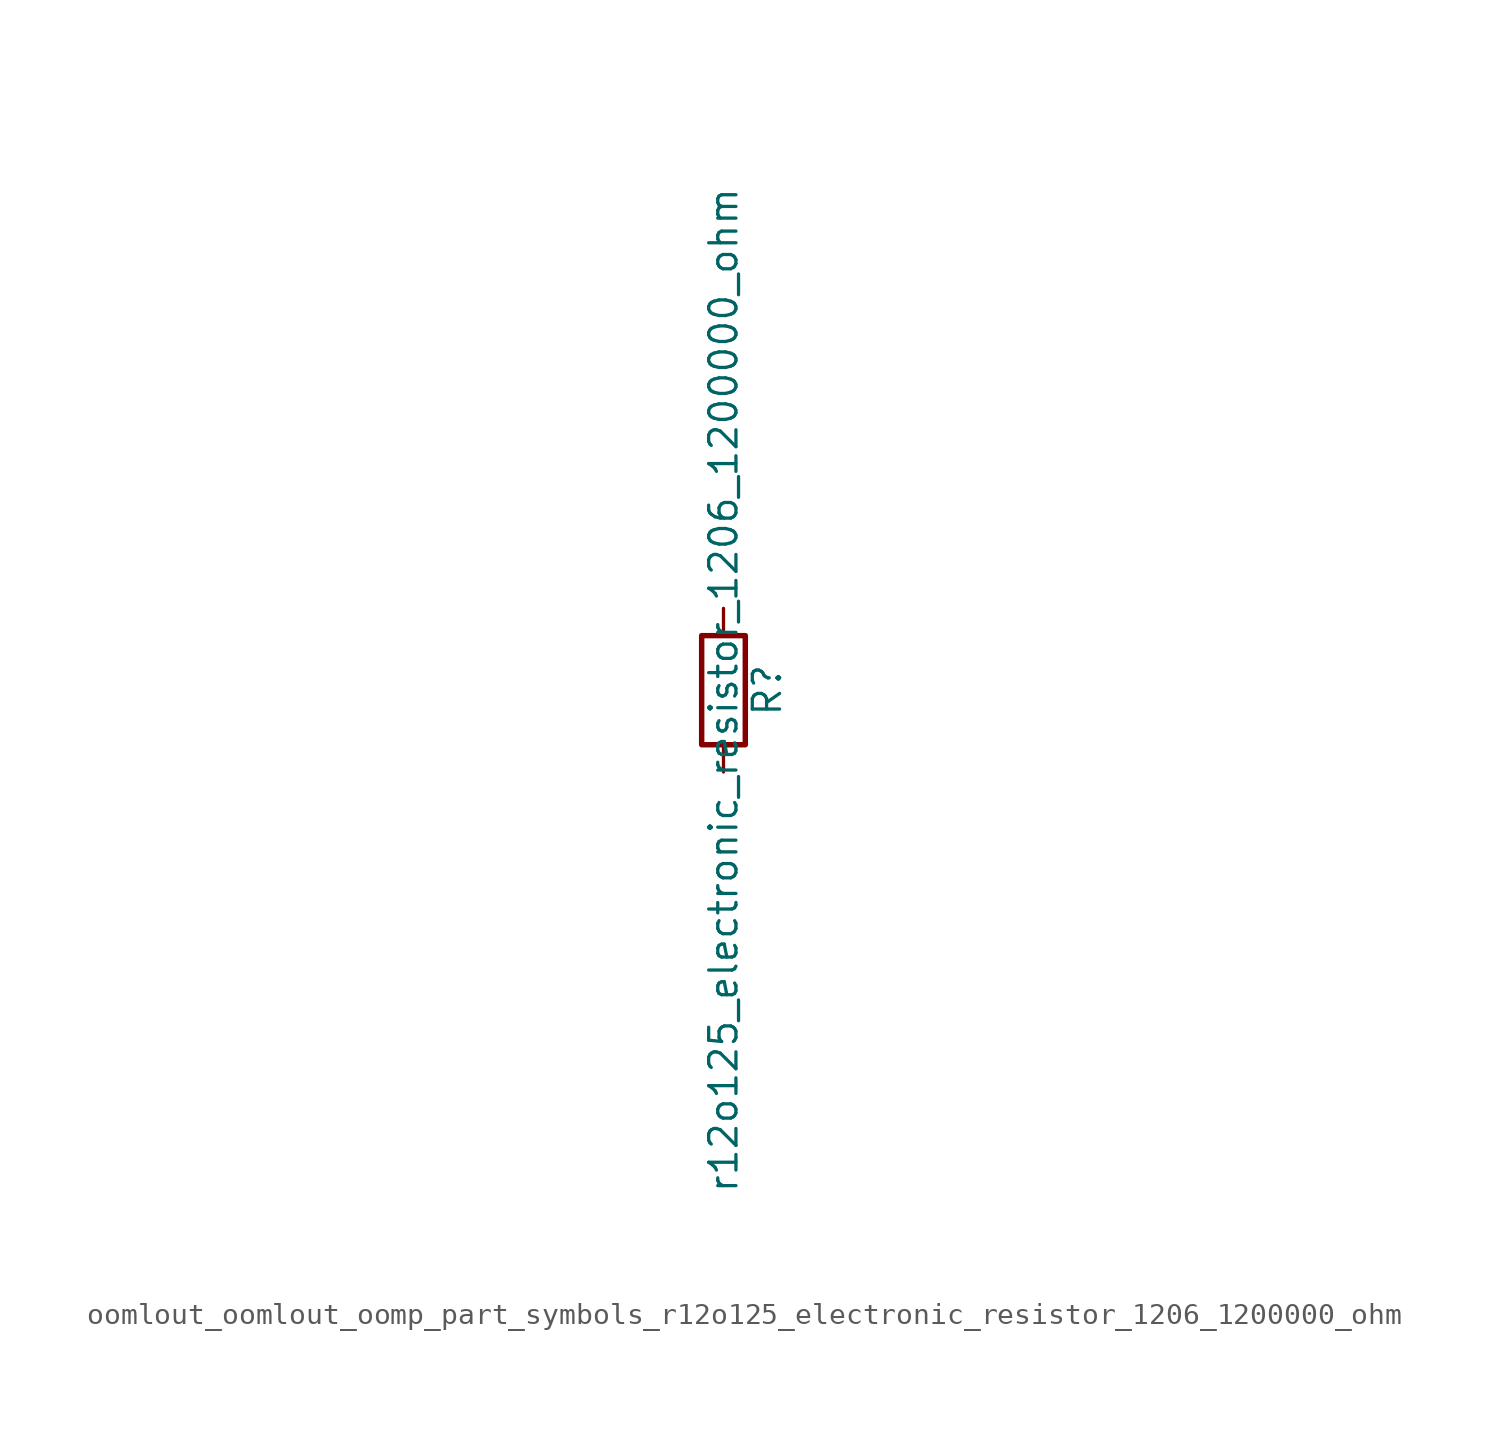
<source format=kicad_sym>
(kicad_symbol_lib
  (version 20220914)
  (generator kicad_symbol_editor)
  (symbol "oomlout_oomlout_oomp_part_symbols_r12o125_electronic_resistor_1206_1200000_ohm"
    (pin_numbers hide)
    (pin_names
      (offset 0))
    (property "Reference" "R"
      (at 2.032 0 90)
      (effects (font (size 1.27 1.27))))
    (property "Value" "r12o125_electronic_resistor_1206_1200000_ohm"
      (at 0 0 90)
      (effects (font (size 1.27 1.27))))
    (symbol "oomlout_oomlout_oomp_part_symbols_r12o125_electronic_resistor_1206_1200000_ohm_0_1"
      (rectangle (start -1.016 -2.54) (end 1.016 2.54) (stroke (width 0.254) (type default)) (fill (type none))))
    (symbol "oomlout_oomlout_oomp_part_symbols_r12o125_electronic_resistor_1206_1200000_ohm_1_1"
      (pin passive line (at 0 3.81 270) (length 1.27) (name "~" (effects (font (size 1.27 1.27)))) (number "1" (effects (font (size 1.27 1.27)))))
      (pin passive line (at 0 -3.81 90) (length 1.27) (name "~" (effects (font (size 1.27 1.27)))) (number "2" (effects (font (size 1.27 1.27))))))))
</source>
